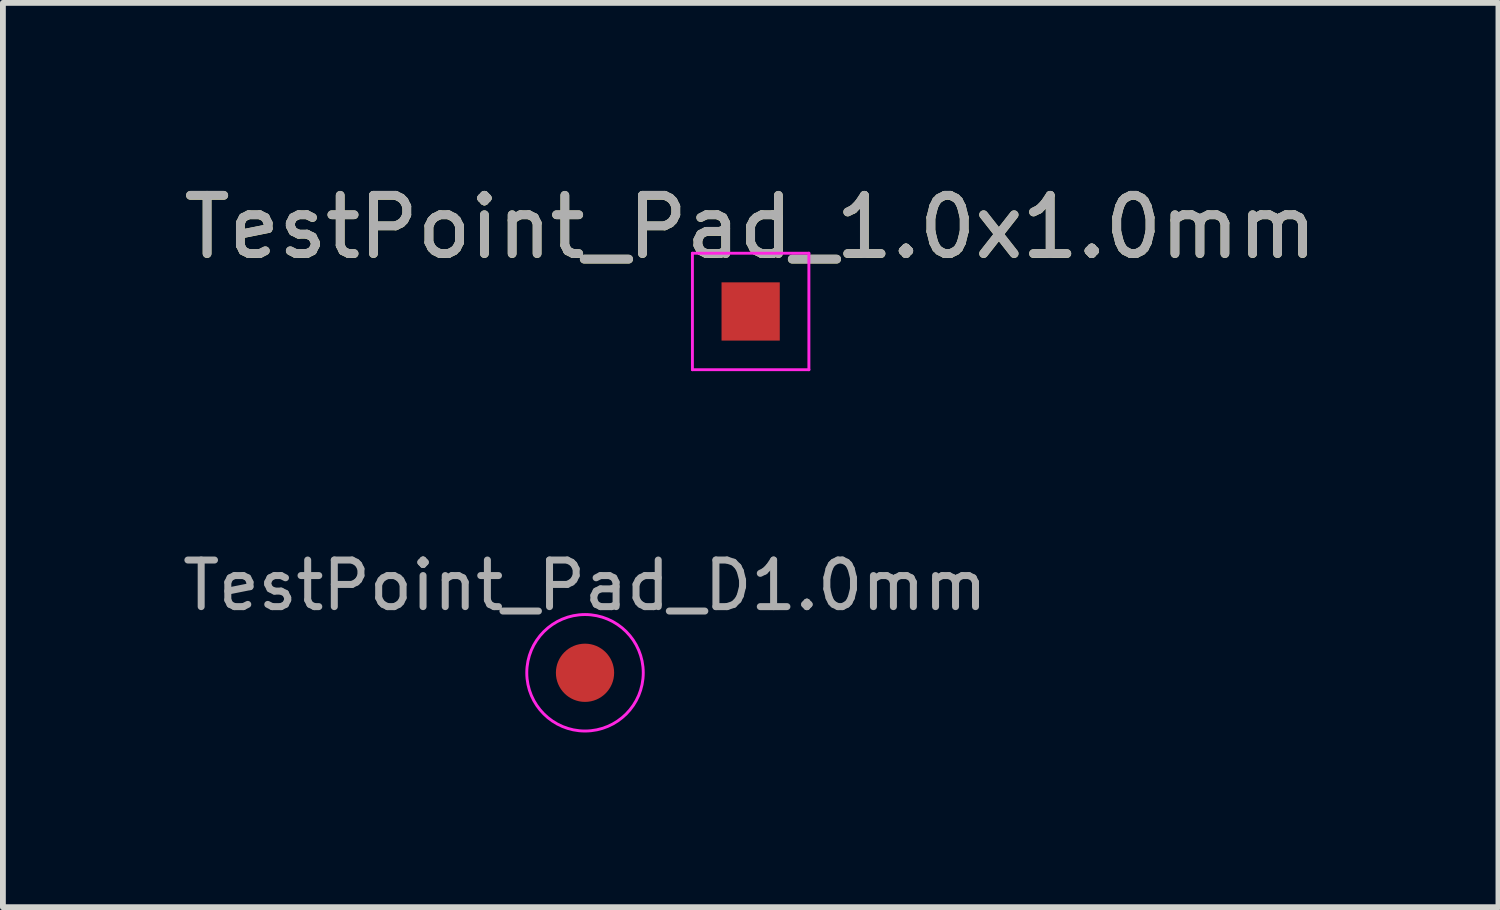
<source format=kicad_pcb>
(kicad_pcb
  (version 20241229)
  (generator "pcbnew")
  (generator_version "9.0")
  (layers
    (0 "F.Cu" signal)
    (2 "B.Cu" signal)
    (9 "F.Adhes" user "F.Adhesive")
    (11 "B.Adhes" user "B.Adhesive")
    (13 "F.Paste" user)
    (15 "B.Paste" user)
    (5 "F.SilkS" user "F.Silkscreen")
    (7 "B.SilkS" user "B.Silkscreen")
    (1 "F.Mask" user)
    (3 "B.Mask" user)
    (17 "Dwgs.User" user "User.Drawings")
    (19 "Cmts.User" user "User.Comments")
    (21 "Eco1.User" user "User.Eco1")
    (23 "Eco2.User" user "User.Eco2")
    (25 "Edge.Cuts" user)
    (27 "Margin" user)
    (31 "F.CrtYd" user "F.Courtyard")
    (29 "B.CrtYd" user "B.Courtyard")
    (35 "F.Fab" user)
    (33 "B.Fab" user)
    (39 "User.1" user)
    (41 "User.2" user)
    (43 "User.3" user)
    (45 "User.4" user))
  (footprint "TestPoint_Pad_D1.0mm"
    (layer "F.Cu")
    (at 6.995 8.502)
    (property "Reference" "TestPoint_Pad_D1.0mm" (at 0 -1.5 0) (layer "F.Fab") (effects (font (size 0.8 0.8) (thickness 0.12))))
    (attr exclude_from_pos_files exclude_from_bom)
    (fp_circle (center 0 0) (end 1 0) (stroke (width 0.05) (type solid)) (fill no) (layer "F.CrtYd"))
    (fp_circle (center 0 0) (end 0 0.7) (stroke (width 0.1) (type solid)) (fill no) (layer "User.2"))
    (pad "1" smd circle (at 0 0) (size 1 1) (layers "F.Cu" "F.Mask")))
  (footprint "TestPoint_Pad_1.0x1.0mm"
    (layer "F.Cu")
    (at 9.839 2.298)
    (property "Reference" "TestPoint_Pad_1.0x1.0mm" (at 0 -1.448 0) (layer "F.SilkS") (effects (font (size 1 1) (thickness 0.15))))
    (attr exclude_from_pos_files exclude_from_bom)
    (fp_line (start -1 -1) (end -1 1) (stroke (width 0.05) (type solid)) (layer "F.CrtYd"))
    (fp_line (start -1 -1) (end 1 -1) (stroke (width 0.05) (type solid)) (layer "F.CrtYd"))
    (fp_line (start 1 1) (end -1 1) (stroke (width 0.05) (type solid)) (layer "F.CrtYd"))
    (fp_line (start 1 1) (end 1 -1) (stroke (width 0.05) (type solid)) (layer "F.CrtYd"))
    (fp_rect (start -0.7 -0.7) (end 0.7 0.7) (stroke (width 0.1) (type default)) (fill no) (layer "User.2"))
    (fp_text user "${REFERENCE}" (at 0 -1.45 0) (layer "F.Fab") (effects (font (size 1 1) (thickness 0.15))))
    (pad "1" smd rect (at 0 0) (size 1 1) (layers "F.Cu" "F.Mask")))
  (gr_rect
    (start -3 -3)
    (end 22.679 12.527)
    (stroke (width 0.1) (type default))
    (fill no)
    (layer "Edge.Cuts")))
</source>
